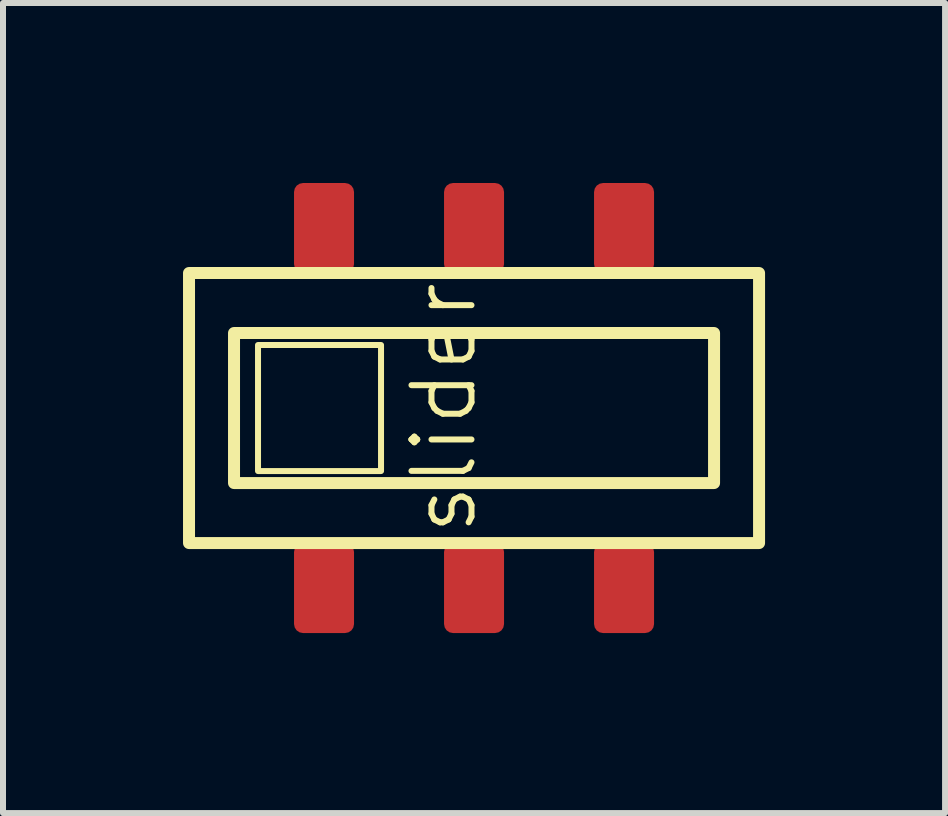
<source format=kicad_pcb>
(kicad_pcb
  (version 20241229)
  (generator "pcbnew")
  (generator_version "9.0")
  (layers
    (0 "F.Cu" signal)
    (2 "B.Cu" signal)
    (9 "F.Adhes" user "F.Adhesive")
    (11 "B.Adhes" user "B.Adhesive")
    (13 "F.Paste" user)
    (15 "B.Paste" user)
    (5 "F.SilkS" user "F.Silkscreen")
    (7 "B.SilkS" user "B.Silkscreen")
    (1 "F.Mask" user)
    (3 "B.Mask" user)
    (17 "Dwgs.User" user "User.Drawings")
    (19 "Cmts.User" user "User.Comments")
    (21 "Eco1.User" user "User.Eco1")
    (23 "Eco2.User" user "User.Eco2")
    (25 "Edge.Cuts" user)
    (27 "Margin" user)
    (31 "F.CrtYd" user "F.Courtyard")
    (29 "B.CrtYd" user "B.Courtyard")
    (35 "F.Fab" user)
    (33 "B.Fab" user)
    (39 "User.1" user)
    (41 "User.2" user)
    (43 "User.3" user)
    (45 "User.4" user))
  (footprint "slider"
    (layer "F.Cu")
    (at 4.85 3.75)
    (property "Reference" "slider" (at -0.5 0 90) (unlocked yes) (layer "F.SilkS") (effects (font (size 1 1) (thickness 0.1))))
    (attr smd exclude_from_pos_files)
    (fp_rect (start -4.75 -2.25) (end 4.75 2.25) (stroke (width 0.2) (type default)) (fill no) (layer "F.SilkS"))
    (fp_rect (start -4 -1.25) (end 4 1.25) (stroke (width 0.2) (type default)) (fill no) (layer "F.SilkS"))
    (fp_rect (start -3.6 -1.05) (end -1.55 1.05) (stroke (width 0.1) (type default)) (fill no) (layer "F.SilkS"))
    (pad "1" smd roundrect (at 2.5 -3 90) (size 1.5 1) (layers "F.Cu" "F.Mask" "F.Paste") (roundrect_rratio 0.15))
    (pad "1" smd roundrect (at 2.5 3 90) (size 1.5 1) (layers "F.Cu" "F.Mask" "F.Paste") (roundrect_rratio 0.15))
    (pad "2" smd roundrect (at 0 -3 90) (size 1.5 1) (layers "F.Cu" "F.Mask" "F.Paste") (roundrect_rratio 0.15))
    (pad "2" smd roundrect (at 0 3 90) (size 1.5 1) (layers "F.Cu" "F.Mask" "F.Paste") (roundrect_rratio 0.15))
    (pad "3" smd roundrect (at -2.5 -3 90) (size 1.5 1) (layers "F.Cu" "F.Mask" "F.Paste") (roundrect_rratio 0.15))
    (pad "3" smd roundrect (at -2.5 3 90) (size 1.5 1) (layers "F.Cu" "F.Mask" "F.Paste") (roundrect_rratio 0.15)))
  (gr_rect
    (start -3 -3)
    (end 12.7 10.5)
    (stroke (width 0.1) (type default))
    (fill no)
    (layer "Edge.Cuts")))
</source>
